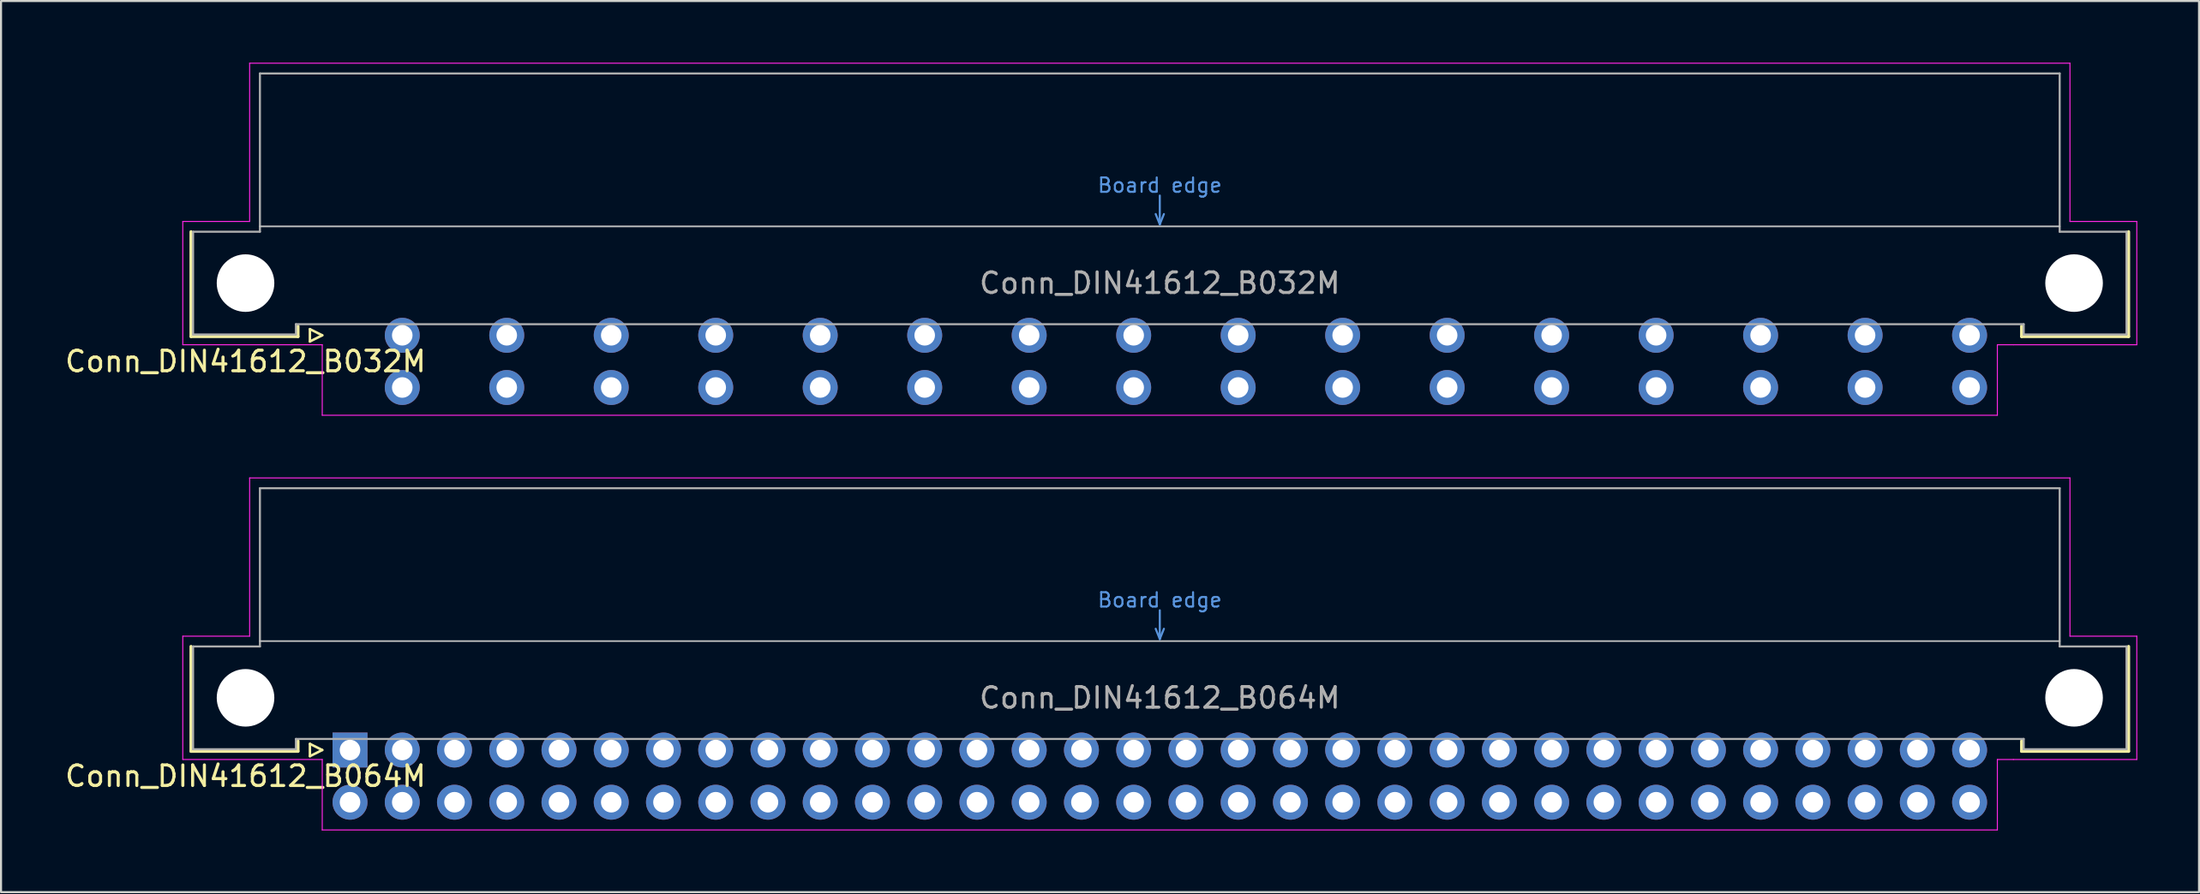
<source format=kicad_pcb>
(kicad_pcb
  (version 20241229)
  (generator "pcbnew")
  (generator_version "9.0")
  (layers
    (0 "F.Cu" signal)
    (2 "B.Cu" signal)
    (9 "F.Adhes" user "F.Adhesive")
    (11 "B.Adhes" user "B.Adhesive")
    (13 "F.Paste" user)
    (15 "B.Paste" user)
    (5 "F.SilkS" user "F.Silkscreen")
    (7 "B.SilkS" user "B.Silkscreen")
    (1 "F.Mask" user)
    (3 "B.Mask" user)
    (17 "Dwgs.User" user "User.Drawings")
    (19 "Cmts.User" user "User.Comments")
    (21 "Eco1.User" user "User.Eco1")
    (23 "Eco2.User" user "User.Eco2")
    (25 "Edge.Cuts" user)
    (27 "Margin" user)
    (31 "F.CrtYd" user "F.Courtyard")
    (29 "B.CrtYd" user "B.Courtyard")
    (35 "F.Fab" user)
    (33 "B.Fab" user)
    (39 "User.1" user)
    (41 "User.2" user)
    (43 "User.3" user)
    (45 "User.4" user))
  (footprint "Conn_DIN41612_B064M"
    (layer "F.Cu")
    (at 13.967 33.445)
    (property "Reference" "Conn_DIN41612_B064M" (at -5.08 1.27 0) (layer "F.SilkS") (effects (font (size 1 1) (thickness 0.15))))
    (attr through_hole)
    (fp_line (start -7.73 0.06) (end -7.73 -5.04) (stroke (width 0.15) (type solid)) (layer "F.SilkS"))
    (fp_line (start -2.53 -0.44) (end -2.53 0.06) (stroke (width 0.15) (type solid)) (layer "F.SilkS"))
    (fp_line (start -2.53 0.06) (end -7.73 0.06) (stroke (width 0.15) (type solid)) (layer "F.SilkS"))
    (fp_line (start -1.95 -0.3) (end -1.95 0.3) (stroke (width 0.12) (type solid)) (layer "F.SilkS"))
    (fp_line (start -1.95 0.3) (end -1.35 0) (stroke (width 0.12) (type solid)) (layer "F.SilkS"))
    (fp_line (start -1.35 0) (end -1.95 -0.3) (stroke (width 0.12) (type solid)) (layer "F.SilkS"))
    (fp_line (start 81.27 -0.44) (end 81.27 0.06) (stroke (width 0.15) (type solid)) (layer "F.SilkS"))
    (fp_line (start 81.27 0.06) (end 86.47 0.06) (stroke (width 0.15) (type solid)) (layer "F.SilkS"))
    (fp_line (start 86.47 0.06) (end 86.47 -5.04) (stroke (width 0.15) (type solid)) (layer "F.SilkS"))
    (fp_line (start -4.38 -5.3) (end 83.12 -5.3) (stroke (width 0.08) (type solid)) (layer "Dwgs.User"))
    (fp_line (start 39.17 -5.9) (end 39.37 -5.4) (stroke (width 0.1) (type solid)) (layer "Cmts.User"))
    (fp_line (start 39.37 -6.8) (end 39.37 -5.4) (stroke (width 0.1) (type solid)) (layer "Cmts.User"))
    (fp_line (start 39.37 -5.4) (end 39.57 -5.9) (stroke (width 0.1) (type solid)) (layer "Cmts.User"))
    (fp_line (start -8.13 -5.54) (end -4.88 -5.54) (stroke (width 0.05) (type solid)) (layer "F.CrtYd"))
    (fp_line (start -8.13 0.46) (end -8.13 -5.54) (stroke (width 0.05) (type solid)) (layer "F.CrtYd"))
    (fp_line (start -4.88 -13.24) (end 83.62 -13.24) (stroke (width 0.05) (type solid)) (layer "F.CrtYd"))
    (fp_line (start -4.88 -5.54) (end -4.88 -13.24) (stroke (width 0.05) (type solid)) (layer "F.CrtYd"))
    (fp_line (start -1.35 0.46) (end -8.13 0.46) (stroke (width 0.05) (type solid)) (layer "F.CrtYd"))
    (fp_line (start -1.35 3.89) (end -1.35 0.46) (stroke (width 0.05) (type solid)) (layer "F.CrtYd"))
    (fp_line (start 80.09 0.46) (end 80.09 3.89) (stroke (width 0.05) (type solid)) (layer "F.CrtYd"))
    (fp_line (start 80.09 3.89) (end -1.35 3.89) (stroke (width 0.05) (type solid)) (layer "F.CrtYd"))
    (fp_line (start 80.87 0.46) (end 80.09 0.46) (stroke (width 0.05) (type solid)) (layer "F.CrtYd"))
    (fp_line (start 83.62 -13.24) (end 83.62 -5.54) (stroke (width 0.05) (type solid)) (layer "F.CrtYd"))
    (fp_line (start 83.62 -5.54) (end 86.87 -5.54) (stroke (width 0.05) (type solid)) (layer "F.CrtYd"))
    (fp_line (start 86.87 -5.54) (end 86.87 0.46) (stroke (width 0.05) (type solid)) (layer "F.CrtYd"))
    (fp_line (start 86.87 0.46) (end 80.87 0.46) (stroke (width 0.05) (type solid)) (layer "F.CrtYd"))
    (fp_line (start -7.63 -5.04) (end -4.38 -5.04) (stroke (width 0.1) (type solid)) (layer "F.Fab"))
    (fp_line (start -7.63 -0.04) (end -7.63 -5.04) (stroke (width 0.1) (type solid)) (layer "F.Fab"))
    (fp_line (start -4.38 -12.74) (end 83.12 -12.74) (stroke (width 0.1) (type solid)) (layer "F.Fab"))
    (fp_line (start -4.38 -5.04) (end -4.38 -12.74) (stroke (width 0.1) (type solid)) (layer "F.Fab"))
    (fp_line (start -2.63 -0.54) (end -2.63 -0.04) (stroke (width 0.1) (type solid)) (layer "F.Fab"))
    (fp_line (start -2.63 -0.04) (end -7.63 -0.04) (stroke (width 0.1) (type solid)) (layer "F.Fab"))
    (fp_line (start 81.37 -0.54) (end -2.63 -0.54) (stroke (width 0.1) (type solid)) (layer "F.Fab"))
    (fp_line (start 81.37 -0.04) (end 81.37 -0.54) (stroke (width 0.1) (type solid)) (layer "F.Fab"))
    (fp_line (start 83.12 -12.74) (end 83.12 -5.04) (stroke (width 0.1) (type solid)) (layer "F.Fab"))
    (fp_line (start 83.12 -5.04) (end 86.37 -5.04) (stroke (width 0.1) (type solid)) (layer "F.Fab"))
    (fp_line (start 86.37 -5.04) (end 86.37 -0.04) (stroke (width 0.1) (type solid)) (layer "F.Fab"))
    (fp_line (start 86.37 -0.04) (end 81.37 -0.04) (stroke (width 0.1) (type solid)) (layer "F.Fab"))
    (fp_text user "Board edge" (at 39.37 -7.3 0) (layer "Cmts.User") (effects (font (size 0.7 0.7) (thickness 0.1))))
    (fp_text user "${REFERENCE}" (at 39.37 -2.54 0) (layer "F.Fab") (effects (font (size 1 1) (thickness 0.15))))
    (pad "" np_thru_hole circle (at -5.08 -2.54) (size 2.8 2.8) (drill 2.8) (layers "*.Cu" "*.Mask"))
    (pad "" np_thru_hole circle (at 83.82 -2.54) (size 2.8 2.8) (drill 2.8) (layers "*.Cu" "*.Mask"))
    (pad "A1" thru_hole rect (at 0 0) (size 1.7 1.7) (drill 1) (layers "*.Cu" "*.Mask"))
    (pad "A2" thru_hole circle (at 2.54 0) (size 1.7 1.7) (drill 1) (layers "*.Cu" "*.Mask"))
    (pad "A3" thru_hole circle (at 5.08 0) (size 1.7 1.7) (drill 1) (layers "*.Cu" "*.Mask"))
    (pad "A4" thru_hole circle (at 7.62 0) (size 1.7 1.7) (drill 1) (layers "*.Cu" "*.Mask"))
    (pad "A5" thru_hole circle (at 10.16 0) (size 1.7 1.7) (drill 1) (layers "*.Cu" "*.Mask"))
    (pad "A6" thru_hole circle (at 12.7 0) (size 1.7 1.7) (drill 1) (layers "*.Cu" "*.Mask"))
    (pad "A7" thru_hole circle (at 15.24 0) (size 1.7 1.7) (drill 1) (layers "*.Cu" "*.Mask"))
    (pad "A8" thru_hole circle (at 17.78 0) (size 1.7 1.7) (drill 1) (layers "*.Cu" "*.Mask"))
    (pad "A9" thru_hole circle (at 20.32 0) (size 1.7 1.7) (drill 1) (layers "*.Cu" "*.Mask"))
    (pad "A10" thru_hole circle (at 22.86 0) (size 1.7 1.7) (drill 1) (layers "*.Cu" "*.Mask"))
    (pad "A11" thru_hole circle (at 25.4 0) (size 1.7 1.7) (drill 1) (layers "*.Cu" "*.Mask"))
    (pad "A12" thru_hole circle (at 27.94 0) (size 1.7 1.7) (drill 1) (layers "*.Cu" "*.Mask"))
    (pad "A13" thru_hole circle (at 30.48 0) (size 1.7 1.7) (drill 1) (layers "*.Cu" "*.Mask"))
    (pad "A14" thru_hole circle (at 33.02 0) (size 1.7 1.7) (drill 1) (layers "*.Cu" "*.Mask"))
    (pad "A15" thru_hole circle (at 35.56 0) (size 1.7 1.7) (drill 1) (layers "*.Cu" "*.Mask"))
    (pad "A16" thru_hole circle (at 38.1 0) (size 1.7 1.7) (drill 1) (layers "*.Cu" "*.Mask"))
    (pad "A17" thru_hole circle (at 40.64 0) (size 1.7 1.7) (drill 1) (layers "*.Cu" "*.Mask"))
    (pad "A18" thru_hole circle (at 43.18 0) (size 1.7 1.7) (drill 1) (layers "*.Cu" "*.Mask"))
    (pad "A19" thru_hole circle (at 45.72 0) (size 1.7 1.7) (drill 1) (layers "*.Cu" "*.Mask"))
    (pad "A20" thru_hole circle (at 48.26 0) (size 1.7 1.7) (drill 1) (layers "*.Cu" "*.Mask"))
    (pad "A21" thru_hole circle (at 50.8 0) (size 1.7 1.7) (drill 1) (layers "*.Cu" "*.Mask"))
    (pad "A22" thru_hole circle (at 53.34 0) (size 1.7 1.7) (drill 1) (layers "*.Cu" "*.Mask"))
    (pad "A23" thru_hole circle (at 55.88 0) (size 1.7 1.7) (drill 1) (layers "*.Cu" "*.Mask"))
    (pad "A24" thru_hole circle (at 58.42 0) (size 1.7 1.7) (drill 1) (layers "*.Cu" "*.Mask"))
    (pad "A25" thru_hole circle (at 60.96 0) (size 1.7 1.7) (drill 1) (layers "*.Cu" "*.Mask"))
    (pad "A26" thru_hole circle (at 63.5 0) (size 1.7 1.7) (drill 1) (layers "*.Cu" "*.Mask"))
    (pad "A27" thru_hole circle (at 66.04 0) (size 1.7 1.7) (drill 1) (layers "*.Cu" "*.Mask"))
    (pad "A28" thru_hole circle (at 68.58 0) (size 1.7 1.7) (drill 1) (layers "*.Cu" "*.Mask"))
    (pad "A29" thru_hole circle (at 71.12 0) (size 1.7 1.7) (drill 1) (layers "*.Cu" "*.Mask"))
    (pad "A30" thru_hole circle (at 73.66 0) (size 1.7 1.7) (drill 1) (layers "*.Cu" "*.Mask"))
    (pad "A31" thru_hole circle (at 76.2 0) (size 1.7 1.7) (drill 1) (layers "*.Cu" "*.Mask"))
    (pad "A32" thru_hole circle (at 78.74 0) (size 1.7 1.7) (drill 1) (layers "*.Cu" "*.Mask"))
    (pad "B1" thru_hole circle (at 0 2.54) (size 1.7 1.7) (drill 1) (layers "*.Cu" "*.Mask"))
    (pad "B2" thru_hole circle (at 2.54 2.54) (size 1.7 1.7) (drill 1) (layers "*.Cu" "*.Mask"))
    (pad "B3" thru_hole circle (at 5.08 2.54) (size 1.7 1.7) (drill 1) (layers "*.Cu" "*.Mask"))
    (pad "B4" thru_hole circle (at 7.62 2.54) (size 1.7 1.7) (drill 1) (layers "*.Cu" "*.Mask"))
    (pad "B5" thru_hole circle (at 10.16 2.54) (size 1.7 1.7) (drill 1) (layers "*.Cu" "*.Mask"))
    (pad "B6" thru_hole circle (at 12.7 2.54) (size 1.7 1.7) (drill 1) (layers "*.Cu" "*.Mask"))
    (pad "B7" thru_hole circle (at 15.24 2.54) (size 1.7 1.7) (drill 1) (layers "*.Cu" "*.Mask"))
    (pad "B8" thru_hole circle (at 17.78 2.54) (size 1.7 1.7) (drill 1) (layers "*.Cu" "*.Mask"))
    (pad "B9" thru_hole circle (at 20.32 2.54) (size 1.7 1.7) (drill 1) (layers "*.Cu" "*.Mask"))
    (pad "B10" thru_hole circle (at 22.86 2.54) (size 1.7 1.7) (drill 1) (layers "*.Cu" "*.Mask"))
    (pad "B11" thru_hole circle (at 25.4 2.54) (size 1.7 1.7) (drill 1) (layers "*.Cu" "*.Mask"))
    (pad "B12" thru_hole circle (at 27.94 2.54) (size 1.7 1.7) (drill 1) (layers "*.Cu" "*.Mask"))
    (pad "B13" thru_hole circle (at 30.48 2.54) (size 1.7 1.7) (drill 1) (layers "*.Cu" "*.Mask"))
    (pad "B14" thru_hole circle (at 33.02 2.54) (size 1.7 1.7) (drill 1) (layers "*.Cu" "*.Mask"))
    (pad "B15" thru_hole circle (at 35.56 2.54) (size 1.7 1.7) (drill 1) (layers "*.Cu" "*.Mask"))
    (pad "B16" thru_hole circle (at 38.1 2.54) (size 1.7 1.7) (drill 1) (layers "*.Cu" "*.Mask"))
    (pad "B17" thru_hole circle (at 40.64 2.54) (size 1.7 1.7) (drill 1) (layers "*.Cu" "*.Mask"))
    (pad "B18" thru_hole circle (at 43.18 2.54) (size 1.7 1.7) (drill 1) (layers "*.Cu" "*.Mask"))
    (pad "B19" thru_hole circle (at 45.72 2.54) (size 1.7 1.7) (drill 1) (layers "*.Cu" "*.Mask"))
    (pad "B20" thru_hole circle (at 48.26 2.54) (size 1.7 1.7) (drill 1) (layers "*.Cu" "*.Mask"))
    (pad "B21" thru_hole circle (at 50.8 2.54) (size 1.7 1.7) (drill 1) (layers "*.Cu" "*.Mask"))
    (pad "B22" thru_hole circle (at 53.34 2.54) (size 1.7 1.7) (drill 1) (layers "*.Cu" "*.Mask"))
    (pad "B23" thru_hole circle (at 55.88 2.54) (size 1.7 1.7) (drill 1) (layers "*.Cu" "*.Mask"))
    (pad "B24" thru_hole circle (at 58.42 2.54) (size 1.7 1.7) (drill 1) (layers "*.Cu" "*.Mask"))
    (pad "B25" thru_hole circle (at 60.96 2.54) (size 1.7 1.7) (drill 1) (layers "*.Cu" "*.Mask"))
    (pad "B26" thru_hole circle (at 63.5 2.54) (size 1.7 1.7) (drill 1) (layers "*.Cu" "*.Mask"))
    (pad "B27" thru_hole circle (at 66.04 2.54) (size 1.7 1.7) (drill 1) (layers "*.Cu" "*.Mask"))
    (pad "B28" thru_hole circle (at 68.58 2.54) (size 1.7 1.7) (drill 1) (layers "*.Cu" "*.Mask"))
    (pad "B29" thru_hole circle (at 71.12 2.54) (size 1.7 1.7) (drill 1) (layers "*.Cu" "*.Mask"))
    (pad "B30" thru_hole circle (at 73.66 2.54) (size 1.7 1.7) (drill 1) (layers "*.Cu" "*.Mask"))
    (pad "B31" thru_hole circle (at 76.2 2.54) (size 1.7 1.7) (drill 1) (layers "*.Cu" "*.Mask"))
    (pad "B32" thru_hole circle (at 78.74 2.54) (size 1.7 1.7) (drill 1) (layers "*.Cu" "*.Mask")))
  (footprint "Conn_DIN41612_B032M"
    (layer "F.Cu")
    (at 13.967 13.265)
    (property "Reference" "Conn_DIN41612_B032M" (at -5.08 1.27 0) (layer "F.SilkS") (effects (font (size 1 1) (thickness 0.15))))
    (attr through_hole)
    (fp_line (start -7.73 0.06) (end -7.73 -5.04) (stroke (width 0.15) (type solid)) (layer "F.SilkS"))
    (fp_line (start -2.53 -0.44) (end -2.53 0.06) (stroke (width 0.15) (type solid)) (layer "F.SilkS"))
    (fp_line (start -2.53 0.06) (end -7.73 0.06) (stroke (width 0.15) (type solid)) (layer "F.SilkS"))
    (fp_line (start -1.95 -0.3) (end -1.95 0.3) (stroke (width 0.12) (type solid)) (layer "F.SilkS"))
    (fp_line (start -1.95 0.3) (end -1.35 0) (stroke (width 0.12) (type solid)) (layer "F.SilkS"))
    (fp_line (start -1.35 0) (end -1.95 -0.3) (stroke (width 0.12) (type solid)) (layer "F.SilkS"))
    (fp_line (start 81.27 -0.44) (end 81.27 0.06) (stroke (width 0.15) (type solid)) (layer "F.SilkS"))
    (fp_line (start 81.27 0.06) (end 86.47 0.06) (stroke (width 0.15) (type solid)) (layer "F.SilkS"))
    (fp_line (start 86.47 0.06) (end 86.47 -5.04) (stroke (width 0.15) (type solid)) (layer "F.SilkS"))
    (fp_line (start -4.38 -5.3) (end 83.12 -5.3) (stroke (width 0.08) (type solid)) (layer "Dwgs.User"))
    (fp_line (start 39.17 -5.9) (end 39.37 -5.4) (stroke (width 0.1) (type solid)) (layer "Cmts.User"))
    (fp_line (start 39.37 -6.8) (end 39.37 -5.4) (stroke (width 0.1) (type solid)) (layer "Cmts.User"))
    (fp_line (start 39.37 -5.4) (end 39.57 -5.9) (stroke (width 0.1) (type solid)) (layer "Cmts.User"))
    (fp_line (start -8.13 -5.54) (end -4.88 -5.54) (stroke (width 0.05) (type solid)) (layer "F.CrtYd"))
    (fp_line (start -8.13 0.46) (end -8.13 -5.54) (stroke (width 0.05) (type solid)) (layer "F.CrtYd"))
    (fp_line (start -4.88 -13.24) (end 83.62 -13.24) (stroke (width 0.05) (type solid)) (layer "F.CrtYd"))
    (fp_line (start -4.88 -5.54) (end -4.88 -13.24) (stroke (width 0.05) (type solid)) (layer "F.CrtYd"))
    (fp_line (start -1.35 0.46) (end -8.13 0.46) (stroke (width 0.05) (type solid)) (layer "F.CrtYd"))
    (fp_line (start -1.35 3.89) (end -1.35 0.46) (stroke (width 0.05) (type solid)) (layer "F.CrtYd"))
    (fp_line (start 80.09 0.46) (end 80.09 3.89) (stroke (width 0.05) (type solid)) (layer "F.CrtYd"))
    (fp_line (start 80.09 3.89) (end -1.35 3.89) (stroke (width 0.05) (type solid)) (layer "F.CrtYd"))
    (fp_line (start 80.87 0.46) (end 80.09 0.46) (stroke (width 0.05) (type solid)) (layer "F.CrtYd"))
    (fp_line (start 83.62 -13.24) (end 83.62 -5.54) (stroke (width 0.05) (type solid)) (layer "F.CrtYd"))
    (fp_line (start 83.62 -5.54) (end 86.87 -5.54) (stroke (width 0.05) (type solid)) (layer "F.CrtYd"))
    (fp_line (start 86.87 -5.54) (end 86.87 0.46) (stroke (width 0.05) (type solid)) (layer "F.CrtYd"))
    (fp_line (start 86.87 0.46) (end 80.87 0.46) (stroke (width 0.05) (type solid)) (layer "F.CrtYd"))
    (fp_line (start -7.63 -5.04) (end -4.38 -5.04) (stroke (width 0.1) (type solid)) (layer "F.Fab"))
    (fp_line (start -7.63 -0.04) (end -7.63 -5.04) (stroke (width 0.1) (type solid)) (layer "F.Fab"))
    (fp_line (start -4.38 -12.74) (end 83.12 -12.74) (stroke (width 0.1) (type solid)) (layer "F.Fab"))
    (fp_line (start -4.38 -5.04) (end -4.38 -12.74) (stroke (width 0.1) (type solid)) (layer "F.Fab"))
    (fp_line (start -2.63 -0.54) (end -2.63 -0.04) (stroke (width 0.1) (type solid)) (layer "F.Fab"))
    (fp_line (start -2.63 -0.04) (end -7.63 -0.04) (stroke (width 0.1) (type solid)) (layer "F.Fab"))
    (fp_line (start 81.37 -0.54) (end -2.63 -0.54) (stroke (width 0.1) (type solid)) (layer "F.Fab"))
    (fp_line (start 81.37 -0.04) (end 81.37 -0.54) (stroke (width 0.1) (type solid)) (layer "F.Fab"))
    (fp_line (start 83.12 -12.74) (end 83.12 -5.04) (stroke (width 0.1) (type solid)) (layer "F.Fab"))
    (fp_line (start 83.12 -5.04) (end 86.37 -5.04) (stroke (width 0.1) (type solid)) (layer "F.Fab"))
    (fp_line (start 86.37 -5.04) (end 86.37 -0.04) (stroke (width 0.1) (type solid)) (layer "F.Fab"))
    (fp_line (start 86.37 -0.04) (end 81.37 -0.04) (stroke (width 0.1) (type solid)) (layer "F.Fab"))
    (fp_text user "Board edge" (at 39.37 -7.3 0) (layer "Cmts.User") (effects (font (size 0.7 0.7) (thickness 0.1))))
    (fp_text user "${REFERENCE}" (at 39.37 -2.54 0) (layer "F.Fab") (effects (font (size 1 1) (thickness 0.15))))
    (pad "" np_thru_hole circle (at -5.08 -2.54) (size 2.8 2.8) (drill 2.8) (layers "*.Cu" "*.Mask"))
    (pad "" np_thru_hole circle (at 83.82 -2.54) (size 2.8 2.8) (drill 2.8) (layers "*.Cu" "*.Mask"))
    (pad "A2" thru_hole circle (at 2.54 0) (size 1.7 1.7) (drill 1) (layers "*.Cu" "*.Mask"))
    (pad "A4" thru_hole circle (at 7.62 0) (size 1.7 1.7) (drill 1) (layers "*.Cu" "*.Mask"))
    (pad "A6" thru_hole circle (at 12.7 0) (size 1.7 1.7) (drill 1) (layers "*.Cu" "*.Mask"))
    (pad "A8" thru_hole circle (at 17.78 0) (size 1.7 1.7) (drill 1) (layers "*.Cu" "*.Mask"))
    (pad "A10" thru_hole circle (at 22.86 0) (size 1.7 1.7) (drill 1) (layers "*.Cu" "*.Mask"))
    (pad "A12" thru_hole circle (at 27.94 0) (size 1.7 1.7) (drill 1) (layers "*.Cu" "*.Mask"))
    (pad "A14" thru_hole circle (at 33.02 0) (size 1.7 1.7) (drill 1) (layers "*.Cu" "*.Mask"))
    (pad "A16" thru_hole circle (at 38.1 0) (size 1.7 1.7) (drill 1) (layers "*.Cu" "*.Mask"))
    (pad "A18" thru_hole circle (at 43.18 0) (size 1.7 1.7) (drill 1) (layers "*.Cu" "*.Mask"))
    (pad "A20" thru_hole circle (at 48.26 0) (size 1.7 1.7) (drill 1) (layers "*.Cu" "*.Mask"))
    (pad "A22" thru_hole circle (at 53.34 0) (size 1.7 1.7) (drill 1) (layers "*.Cu" "*.Mask"))
    (pad "A24" thru_hole circle (at 58.42 0) (size 1.7 1.7) (drill 1) (layers "*.Cu" "*.Mask"))
    (pad "A26" thru_hole circle (at 63.5 0) (size 1.7 1.7) (drill 1) (layers "*.Cu" "*.Mask"))
    (pad "A28" thru_hole circle (at 68.58 0) (size 1.7 1.7) (drill 1) (layers "*.Cu" "*.Mask"))
    (pad "A30" thru_hole circle (at 73.66 0) (size 1.7 1.7) (drill 1) (layers "*.Cu" "*.Mask"))
    (pad "A32" thru_hole circle (at 78.74 0) (size 1.7 1.7) (drill 1) (layers "*.Cu" "*.Mask"))
    (pad "B2" thru_hole circle (at 2.54 2.54) (size 1.7 1.7) (drill 1) (layers "*.Cu" "*.Mask"))
    (pad "B4" thru_hole circle (at 7.62 2.54) (size 1.7 1.7) (drill 1) (layers "*.Cu" "*.Mask"))
    (pad "B6" thru_hole circle (at 12.7 2.54) (size 1.7 1.7) (drill 1) (layers "*.Cu" "*.Mask"))
    (pad "B8" thru_hole circle (at 17.78 2.54) (size 1.7 1.7) (drill 1) (layers "*.Cu" "*.Mask"))
    (pad "B10" thru_hole circle (at 22.86 2.54) (size 1.7 1.7) (drill 1) (layers "*.Cu" "*.Mask"))
    (pad "B12" thru_hole circle (at 27.94 2.54) (size 1.7 1.7) (drill 1) (layers "*.Cu" "*.Mask"))
    (pad "B14" thru_hole circle (at 33.02 2.54) (size 1.7 1.7) (drill 1) (layers "*.Cu" "*.Mask"))
    (pad "B16" thru_hole circle (at 38.1 2.54) (size 1.7 1.7) (drill 1) (layers "*.Cu" "*.Mask"))
    (pad "B18" thru_hole circle (at 43.18 2.54) (size 1.7 1.7) (drill 1) (layers "*.Cu" "*.Mask"))
    (pad "B20" thru_hole circle (at 48.26 2.54) (size 1.7 1.7) (drill 1) (layers "*.Cu" "*.Mask"))
    (pad "B22" thru_hole circle (at 53.34 2.54) (size 1.7 1.7) (drill 1) (layers "*.Cu" "*.Mask"))
    (pad "B24" thru_hole circle (at 58.42 2.54) (size 1.7 1.7) (drill 1) (layers "*.Cu" "*.Mask"))
    (pad "B26" thru_hole circle (at 63.5 2.54) (size 1.7 1.7) (drill 1) (layers "*.Cu" "*.Mask"))
    (pad "B28" thru_hole circle (at 68.58 2.54) (size 1.7 1.7) (drill 1) (layers "*.Cu" "*.Mask"))
    (pad "B30" thru_hole circle (at 73.66 2.54) (size 1.7 1.7) (drill 1) (layers "*.Cu" "*.Mask"))
    (pad "B32" thru_hole circle (at 78.74 2.54) (size 1.7 1.7) (drill 1) (layers "*.Cu" "*.Mask")))
  (gr_rect
    (start -3 -3)
    (end 103.862 40.36)
    (stroke (width 0.1) (type default))
    (fill no)
    (layer "Edge.Cuts")))
</source>
